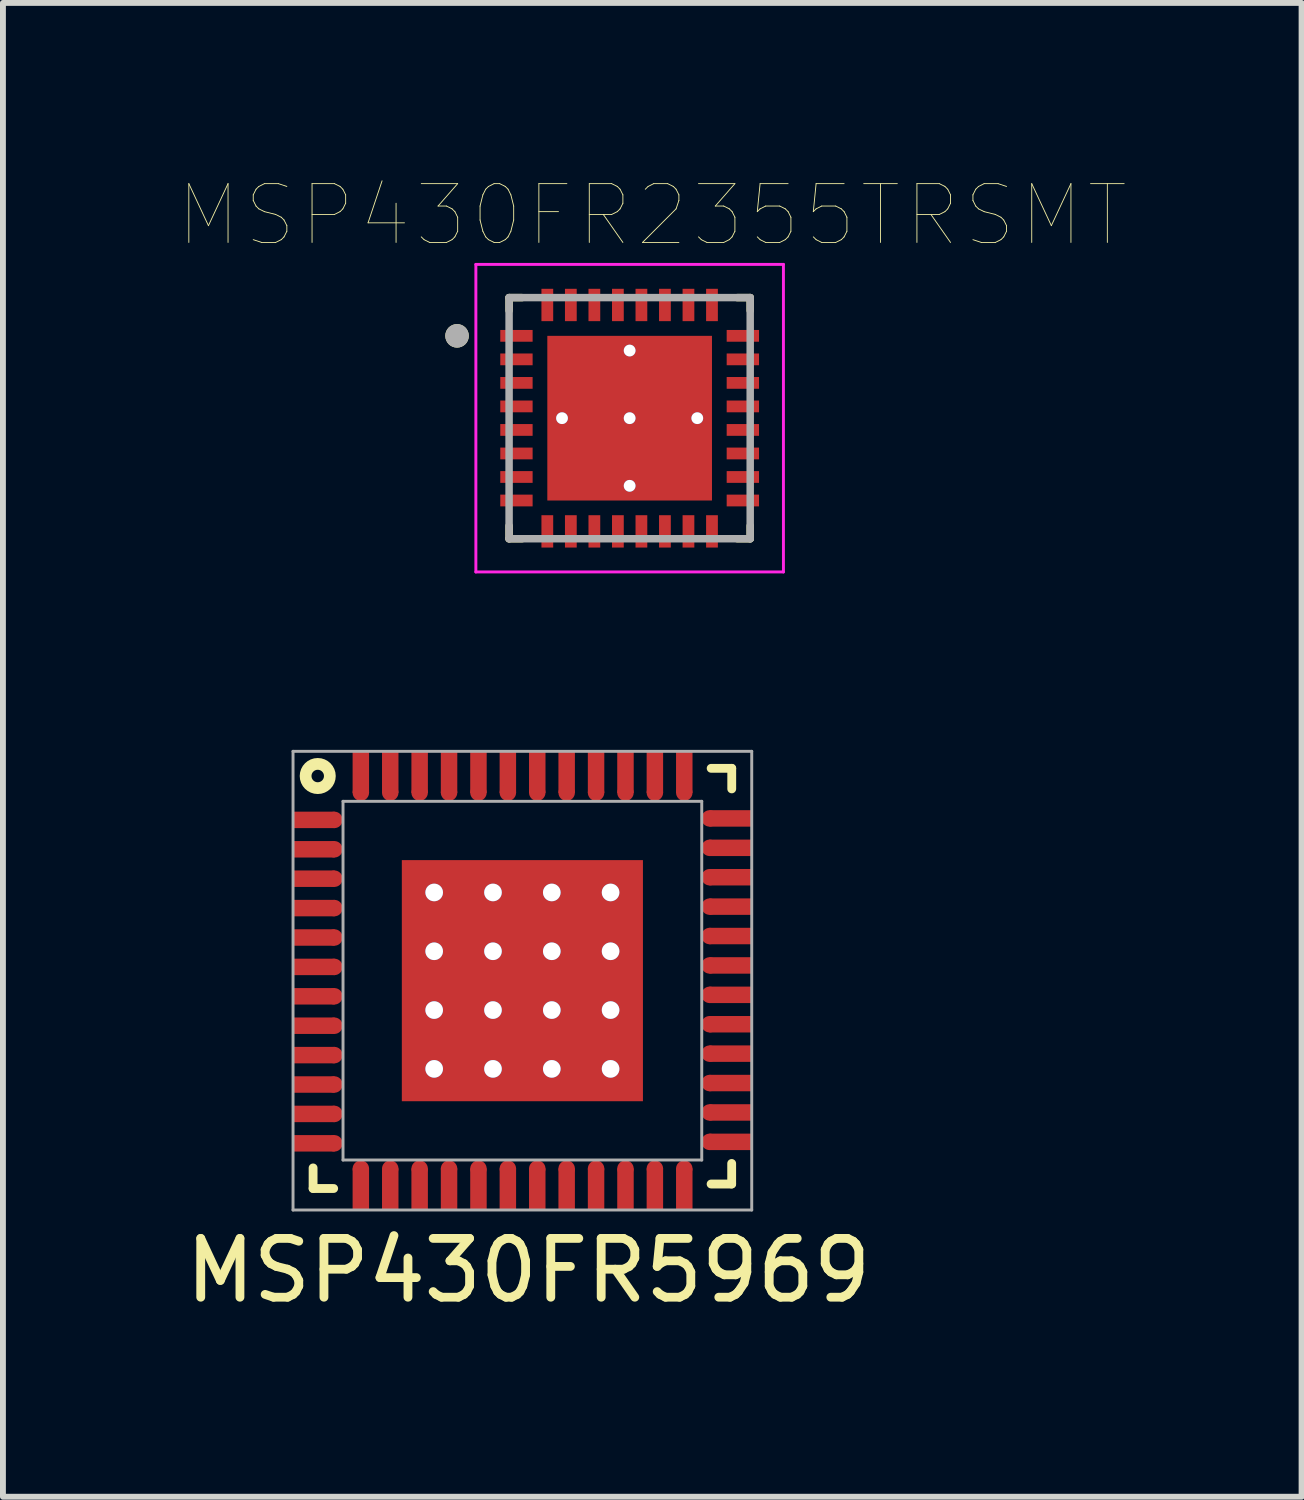
<source format=kicad_pcb>
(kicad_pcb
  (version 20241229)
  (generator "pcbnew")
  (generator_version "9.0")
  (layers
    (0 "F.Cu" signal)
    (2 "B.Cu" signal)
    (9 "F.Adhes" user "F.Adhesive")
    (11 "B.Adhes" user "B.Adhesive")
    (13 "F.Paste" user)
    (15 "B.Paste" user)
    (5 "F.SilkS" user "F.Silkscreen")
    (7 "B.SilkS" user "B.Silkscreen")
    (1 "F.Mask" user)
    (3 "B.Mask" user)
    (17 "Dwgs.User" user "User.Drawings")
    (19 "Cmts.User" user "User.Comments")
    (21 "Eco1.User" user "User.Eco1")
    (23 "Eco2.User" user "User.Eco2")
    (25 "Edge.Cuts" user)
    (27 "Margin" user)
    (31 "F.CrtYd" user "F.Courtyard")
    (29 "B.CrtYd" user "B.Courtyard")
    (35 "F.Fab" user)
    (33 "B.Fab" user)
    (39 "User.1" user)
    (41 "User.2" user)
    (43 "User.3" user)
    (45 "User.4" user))
  (footprint "MSP430FR2355TRSMT"
    (layer "F.Cu")
    (at 7.657 4.061)
    (property "Reference" "MSP430FR2355TRSMT" (at 0.385 -3.45 0) (layer "F.SilkS") (effects (font (size 1 1) (thickness 0.015))))
    (attr through_hole)
    (fp_line (start -2.05 -2.05) (end -2.05 -1.83) (stroke (width 0.127) (type solid)) (layer "F.SilkS"))
    (fp_line (start -2.05 -2.05) (end -1.83 -2.05) (stroke (width 0.127) (type solid)) (layer "F.SilkS"))
    (fp_line (start -2.05 2.05) (end -2.05 1.83) (stroke (width 0.127) (type solid)) (layer "F.SilkS"))
    (fp_line (start -2.05 2.05) (end -1.83 2.05) (stroke (width 0.127) (type solid)) (layer "F.SilkS"))
    (fp_line (start 2.05 -2.05) (end 1.83 -2.05) (stroke (width 0.127) (type solid)) (layer "F.SilkS"))
    (fp_line (start 2.05 -2.05) (end 2.05 -1.83) (stroke (width 0.127) (type solid)) (layer "F.SilkS"))
    (fp_line (start 2.05 2.05) (end 1.83 2.05) (stroke (width 0.127) (type solid)) (layer "F.SilkS"))
    (fp_line (start 2.05 2.05) (end 2.05 1.83) (stroke (width 0.127) (type solid)) (layer "F.SilkS"))
    (fp_circle (center -2.935 -1.4) (end -2.835 -1.4) (stroke (width 0.2) (type solid)) (fill no) (layer "F.SilkS"))
    (fp_poly (pts (xy -1.33 -1.33) (xy -0.1 -1.33) (xy -0.1 -0.1) (xy -1.33 -0.1)) (stroke (width 0.01) (type solid)) (fill yes) (layer "F.Paste"))
    (fp_poly (pts (xy -1.33 0.1) (xy -0.1 0.1) (xy -0.1 1.33) (xy -1.33 1.33)) (stroke (width 0.01) (type solid)) (fill yes) (layer "F.Paste"))
    (fp_poly (pts (xy 0.1 -1.33) (xy 1.33 -1.33) (xy 1.33 -0.1) (xy 0.1 -0.1)) (stroke (width 0.01) (type solid)) (fill yes) (layer "F.Paste"))
    (fp_poly (pts (xy 0.1 0.1) (xy 1.33 0.1) (xy 1.33 1.33) (xy 0.1 1.33)) (stroke (width 0.01) (type solid)) (fill yes) (layer "F.Paste"))
    (fp_line (start -2.615 -2.615) (end 2.615 -2.615) (stroke (width 0.05) (type solid)) (layer "F.CrtYd"))
    (fp_line (start -2.615 2.615) (end -2.615 -2.615) (stroke (width 0.05) (type solid)) (layer "F.CrtYd"))
    (fp_line (start -2.615 2.615) (end 2.615 2.615) (stroke (width 0.05) (type solid)) (layer "F.CrtYd"))
    (fp_line (start 2.615 2.615) (end 2.615 -2.615) (stroke (width 0.05) (type solid)) (layer "F.CrtYd"))
    (fp_line (start -2.05 2.05) (end -2.05 -2.05) (stroke (width 0.127) (type solid)) (layer "F.Fab"))
    (fp_line (start 2.05 -2.05) (end -2.05 -2.05) (stroke (width 0.127) (type solid)) (layer "F.Fab"))
    (fp_line (start 2.05 2.05) (end -2.05 2.05) (stroke (width 0.127) (type solid)) (layer "F.Fab"))
    (fp_line (start 2.05 2.05) (end 2.05 -2.05) (stroke (width 0.127) (type solid)) (layer "F.Fab"))
    (fp_circle (center -2.935 -1.4) (end -2.835 -1.4) (stroke (width 0.2) (type solid)) (fill no) (layer "F.Fab"))
    (pad "1" smd rect (at -1.925 -1.4) (size 0.55 0.2) (layers "F.Cu" "F.Mask" "F.Paste"))
    (pad "2" smd rect (at -1.925 -1) (size 0.55 0.2) (layers "F.Cu" "F.Mask" "F.Paste"))
    (pad "3" smd rect (at -1.925 -0.6) (size 0.55 0.2) (layers "F.Cu" "F.Mask" "F.Paste"))
    (pad "4" smd rect (at -1.925 -0.2) (size 0.55 0.2) (layers "F.Cu" "F.Mask" "F.Paste"))
    (pad "5" smd rect (at -1.925 0.2) (size 0.55 0.2) (layers "F.Cu" "F.Mask" "F.Paste"))
    (pad "6" smd rect (at -1.925 0.6) (size 0.55 0.2) (layers "F.Cu" "F.Mask" "F.Paste"))
    (pad "7" smd rect (at -1.925 1) (size 0.55 0.2) (layers "F.Cu" "F.Mask" "F.Paste"))
    (pad "8" smd rect (at -1.925 1.4) (size 0.55 0.2) (layers "F.Cu" "F.Mask" "F.Paste"))
    (pad "9" smd rect (at -1.4 1.925) (size 0.2 0.55) (layers "F.Cu" "F.Mask" "F.Paste"))
    (pad "10" smd rect (at -1 1.925) (size 0.2 0.55) (layers "F.Cu" "F.Mask" "F.Paste"))
    (pad "11" smd rect (at -0.6 1.925) (size 0.2 0.55) (layers "F.Cu" "F.Mask" "F.Paste"))
    (pad "12" smd rect (at -0.2 1.925) (size 0.2 0.55) (layers "F.Cu" "F.Mask" "F.Paste"))
    (pad "13" smd rect (at 0.2 1.925) (size 0.2 0.55) (layers "F.Cu" "F.Mask" "F.Paste"))
    (pad "14" smd rect (at 0.6 1.925) (size 0.2 0.55) (layers "F.Cu" "F.Mask" "F.Paste"))
    (pad "15" smd rect (at 1 1.925) (size 0.2 0.55) (layers "F.Cu" "F.Mask" "F.Paste"))
    (pad "16" smd rect (at 1.4 1.925) (size 0.2 0.55) (layers "F.Cu" "F.Mask" "F.Paste"))
    (pad "17" smd rect (at 1.925 1.4) (size 0.55 0.2) (layers "F.Cu" "F.Mask" "F.Paste"))
    (pad "18" smd rect (at 1.925 1) (size 0.55 0.2) (layers "F.Cu" "F.Mask" "F.Paste"))
    (pad "19" smd rect (at 1.925 0.6) (size 0.55 0.2) (layers "F.Cu" "F.Mask" "F.Paste"))
    (pad "20" smd rect (at 1.925 0.2) (size 0.55 0.2) (layers "F.Cu" "F.Mask" "F.Paste"))
    (pad "21" smd rect (at 1.925 -0.2) (size 0.55 0.2) (layers "F.Cu" "F.Mask" "F.Paste"))
    (pad "22" smd rect (at 1.925 -0.6) (size 0.55 0.2) (layers "F.Cu" "F.Mask" "F.Paste"))
    (pad "23" smd rect (at 1.925 -1) (size 0.55 0.2) (layers "F.Cu" "F.Mask" "F.Paste"))
    (pad "24" smd rect (at 1.925 -1.4) (size 0.55 0.2) (layers "F.Cu" "F.Mask" "F.Paste"))
    (pad "25" smd rect (at 1.4 -1.925) (size 0.2 0.55) (layers "F.Cu" "F.Mask" "F.Paste"))
    (pad "26" smd rect (at 1 -1.925) (size 0.2 0.55) (layers "F.Cu" "F.Mask" "F.Paste"))
    (pad "27" smd rect (at 0.6 -1.925) (size 0.2 0.55) (layers "F.Cu" "F.Mask" "F.Paste"))
    (pad "28" smd rect (at 0.2 -1.925) (size 0.2 0.55) (layers "F.Cu" "F.Mask" "F.Paste"))
    (pad "29" smd rect (at -0.2 -1.925) (size 0.2 0.55) (layers "F.Cu" "F.Mask" "F.Paste"))
    (pad "30" smd rect (at -0.6 -1.925) (size 0.2 0.55) (layers "F.Cu" "F.Mask" "F.Paste"))
    (pad "31" smd rect (at -1 -1.925) (size 0.2 0.55) (layers "F.Cu" "F.Mask" "F.Paste"))
    (pad "32" smd rect (at -1.4 -1.925) (size 0.2 0.55) (layers "F.Cu" "F.Mask" "F.Paste"))
    (pad "33" thru_hole circle (at -1.15 0) (size 0.2 0.2) (drill 0.2) (layers "*.Cu" "*.Mask"))
    (pad "33" thru_hole circle (at 0 -1.15) (size 0.2 0.2) (drill 0.2) (layers "*.Cu" "*.Mask"))
    (pad "33" thru_hole circle (at 0 0) (size 0.2 0.2) (drill 0.2) (layers "*.Cu" "*.Mask"))
    (pad "33" smd rect (at 0 0) (size 2.8 2.8) (layers "F.Cu" "F.Mask"))
    (pad "33" thru_hole circle (at 0 1.15) (size 0.2 0.2) (drill 0.2) (layers "*.Cu" "*.Mask"))
    (pad "33" thru_hole circle (at 1.15 0) (size 0.2 0.2) (drill 0.2) (layers "*.Cu" "*.Mask")))
  (footprint "MSP430FR5969"
    (layer "F.Cu")
    (at 5.833 13.626)
    (property "Reference" "MSP430FR5969" (at 0.102 4.928 0) (layer "F.SilkS") (effects (font (size 1 1) (thickness 0.15))))
    (attr through_hole)
    (fp_line (start -3.559 3.184) (end -3.559 3.534) (stroke (width 0.15) (type solid)) (layer "F.SilkS"))
    (fp_line (start -3.209 3.534) (end -3.559 3.534) (stroke (width 0.15) (type solid)) (layer "F.SilkS"))
    (fp_line (start 3.559 3.108) (end 3.559 3.458) (stroke (width 0.15) (type solid)) (layer "F.SilkS"))
    (fp_line (start 3.559 3.458) (end 3.209 3.458) (stroke (width 0.15) (type solid)) (layer "F.SilkS"))
    (fp_line (start 3.56 -3.611) (end 3.21 -3.611) (stroke (width 0.15) (type solid)) (layer "F.SilkS"))
    (fp_line (start 3.56 -3.611) (end 3.56 -3.261) (stroke (width 0.15) (type solid)) (layer "F.SilkS"))
    (fp_circle (center -3.48 -3.48) (end -3.53 -3.28) (stroke (width 0.2) (type solid)) (fill no) (layer "F.SilkS"))
    (fp_line (start -3.9 -3.9) (end 3.9 -3.9) (stroke (width 0.05) (type solid)) (layer "F.Fab"))
    (fp_line (start -3.9 3.9) (end -3.9 -3.9) (stroke (width 0.05) (type solid)) (layer "F.Fab"))
    (fp_line (start -3.05 -3.05) (end 3.05 -3.05) (stroke (width 0.05) (type solid)) (layer "F.Fab"))
    (fp_line (start -3.05 3.05) (end -3.05 -3.05) (stroke (width 0.05) (type solid)) (layer "F.Fab"))
    (fp_line (start 3.05 -3.05) (end 3.05 3.05) (stroke (width 0.05) (type solid)) (layer "F.Fab"))
    (fp_line (start 3.05 3.05) (end -3.05 3.05) (stroke (width 0.05) (type solid)) (layer "F.Fab"))
    (fp_line (start 3.9 -3.9) (end 3.9 3.9) (stroke (width 0.05) (type solid)) (layer "F.Fab"))
    (fp_line (start 3.9 3.9) (end -3.9 3.9) (stroke (width 0.05) (type solid)) (layer "F.Fab"))
    (pad "" smd rect (at -1.45 -1.45 90) (size 1.15 1.15) (layers "F.Paste"))
    (pad "" smd rect (at -1.45 0 90) (size 1.15 1.15) (layers "F.Paste"))
    (pad "" smd rect (at -1.45 1.45 90) (size 1.15 1.15) (layers "F.Paste"))
    (pad "" smd rect (at 0 -1.45 90) (size 1.15 1.15) (layers "F.Paste"))
    (pad "" smd rect (at 0 0 90) (size 1.15 1.15) (layers "F.Paste"))
    (pad "" smd rect (at 0 1.45 90) (size 1.15 1.15) (layers "F.Paste"))
    (pad "" smd rect (at 1.45 -1.45 90) (size 1.15 1.15) (layers "F.Paste"))
    (pad "" smd rect (at 1.45 0 90) (size 1.15 1.15) (layers "F.Paste"))
    (pad "" smd rect (at 1.45 1.45 90) (size 1.15 1.15) (layers "F.Paste"))
    (pad "1" smd rect (at -3.547 -2.734) (size 0.71 0.28) (layers "F.Cu" "F.Mask" "F.Paste"))
    (pad "1" smd circle (at -3.197 -2.734) (size 0.28 0.28) (layers "F.Cu" "F.Mask" "F.Paste"))
    (pad "2" smd rect (at -3.547 -2.234) (size 0.71 0.28) (layers "F.Cu" "F.Mask" "F.Paste"))
    (pad "2" smd circle (at -3.197 -2.234) (size 0.28 0.28) (layers "F.Cu" "F.Mask" "F.Paste"))
    (pad "3" smd rect (at -3.547 -1.734) (size 0.71 0.28) (layers "F.Cu" "F.Mask" "F.Paste"))
    (pad "3" smd circle (at -3.197 -1.734) (size 0.28 0.28) (layers "F.Cu" "F.Mask" "F.Paste"))
    (pad "4" smd rect (at -3.547 -1.234) (size 0.71 0.28) (layers "F.Cu" "F.Mask" "F.Paste"))
    (pad "4" smd circle (at -3.197 -1.234) (size 0.28 0.28) (layers "F.Cu" "F.Mask" "F.Paste"))
    (pad "5" smd rect (at -3.547 -0.734) (size 0.71 0.28) (layers "F.Cu" "F.Mask" "F.Paste"))
    (pad "5" smd circle (at -3.197 -0.734) (size 0.28 0.28) (layers "F.Cu" "F.Mask" "F.Paste"))
    (pad "6" smd rect (at -3.547 -0.234) (size 0.71 0.28) (layers "F.Cu" "F.Mask" "F.Paste"))
    (pad "6" smd circle (at -3.197 -0.234) (size 0.28 0.28) (layers "F.Cu" "F.Mask" "F.Paste"))
    (pad "7" smd rect (at -3.547 0.266) (size 0.71 0.28) (layers "F.Cu" "F.Mask" "F.Paste"))
    (pad "7" smd circle (at -3.197 0.266) (size 0.28 0.28) (layers "F.Cu" "F.Mask" "F.Paste"))
    (pad "8" smd rect (at -3.547 0.766) (size 0.71 0.28) (layers "F.Cu" "F.Mask" "F.Paste"))
    (pad "8" smd circle (at -3.197 0.766) (size 0.28 0.28) (layers "F.Cu" "F.Mask" "F.Paste"))
    (pad "9" smd rect (at -3.547 1.266) (size 0.71 0.28) (layers "F.Cu" "F.Mask" "F.Paste"))
    (pad "9" smd circle (at -3.197 1.266) (size 0.28 0.28) (layers "F.Cu" "F.Mask" "F.Paste"))
    (pad "10" smd rect (at -3.547 1.766) (size 0.71 0.28) (layers "F.Cu" "F.Mask" "F.Paste"))
    (pad "10" smd circle (at -3.197 1.766) (size 0.28 0.28) (layers "F.Cu" "F.Mask" "F.Paste"))
    (pad "11" smd rect (at -3.547 2.266) (size 0.71 0.28) (layers "F.Cu" "F.Mask" "F.Paste"))
    (pad "11" smd circle (at -3.197 2.266) (size 0.28 0.28) (layers "F.Cu" "F.Mask" "F.Paste"))
    (pad "12" smd rect (at -3.547 2.766) (size 0.71 0.28) (layers "F.Cu" "F.Mask" "F.Paste"))
    (pad "12" smd circle (at -3.197 2.766) (size 0.28 0.28) (layers "F.Cu" "F.Mask" "F.Paste"))
    (pad "13" smd circle (at -2.747 3.197) (size 0.28 0.28) (layers "F.Cu" "F.Mask" "F.Paste"))
    (pad "13" smd rect (at -2.747 3.547) (size 0.28 0.71) (layers "F.Cu" "F.Mask" "F.Paste"))
    (pad "14" smd circle (at -2.247 3.197) (size 0.28 0.28) (layers "F.Cu" "F.Mask" "F.Paste"))
    (pad "14" smd rect (at -2.247 3.547) (size 0.28 0.71) (layers "F.Cu" "F.Mask" "F.Paste"))
    (pad "15" smd circle (at -1.747 3.197) (size 0.28 0.28) (layers "F.Cu" "F.Mask" "F.Paste"))
    (pad "15" smd rect (at -1.747 3.547) (size 0.28 0.71) (layers "F.Cu" "F.Mask" "F.Paste"))
    (pad "16" smd circle (at -1.247 3.197) (size 0.28 0.28) (layers "F.Cu" "F.Mask" "F.Paste"))
    (pad "16" smd rect (at -1.247 3.547) (size 0.28 0.71) (layers "F.Cu" "F.Mask" "F.Paste"))
    (pad "17" smd circle (at -0.747 3.197) (size 0.28 0.28) (layers "F.Cu" "F.Mask" "F.Paste"))
    (pad "17" smd rect (at -0.747 3.547) (size 0.28 0.71) (layers "F.Cu" "F.Mask" "F.Paste"))
    (pad "18" smd circle (at -0.247 3.197) (size 0.28 0.28) (layers "F.Cu" "F.Mask" "F.Paste"))
    (pad "18" smd rect (at -0.247 3.547) (size 0.28 0.71) (layers "F.Cu" "F.Mask" "F.Paste"))
    (pad "19" smd circle (at 0.253 3.197) (size 0.28 0.28) (layers "F.Cu" "F.Mask" "F.Paste"))
    (pad "19" smd rect (at 0.253 3.547) (size 0.28 0.71) (layers "F.Cu" "F.Mask" "F.Paste"))
    (pad "20" smd circle (at 0.753 3.197) (size 0.28 0.28) (layers "F.Cu" "F.Mask" "F.Paste"))
    (pad "20" smd rect (at 0.753 3.547) (size 0.28 0.71) (layers "F.Cu" "F.Mask" "F.Paste"))
    (pad "21" smd circle (at 1.253 3.197) (size 0.28 0.28) (layers "F.Cu" "F.Mask" "F.Paste"))
    (pad "21" smd rect (at 1.253 3.547) (size 0.28 0.71) (layers "F.Cu" "F.Mask" "F.Paste"))
    (pad "22" smd circle (at 1.753 3.197) (size 0.28 0.28) (layers "F.Cu" "F.Mask" "F.Paste"))
    (pad "22" smd rect (at 1.753 3.547) (size 0.28 0.71) (layers "F.Cu" "F.Mask" "F.Paste"))
    (pad "23" smd circle (at 2.253 3.197) (size 0.28 0.28) (layers "F.Cu" "F.Mask" "F.Paste"))
    (pad "23" smd rect (at 2.253 3.547) (size 0.28 0.71) (layers "F.Cu" "F.Mask" "F.Paste"))
    (pad "24" smd circle (at 2.753 3.197) (size 0.28 0.28) (layers "F.Cu" "F.Mask" "F.Paste"))
    (pad "24" smd rect (at 2.753 3.547) (size 0.28 0.71) (layers "F.Cu" "F.Mask" "F.Paste"))
    (pad "25" smd circle (at 3.184 2.741) (size 0.28 0.28) (layers "F.Cu" "F.Mask" "F.Paste"))
    (pad "25" smd rect (at 3.534 2.741) (size 0.71 0.28) (layers "F.Cu" "F.Mask" "F.Paste"))
    (pad "26" smd circle (at 3.184 2.241) (size 0.28 0.28) (layers "F.Cu" "F.Mask" "F.Paste"))
    (pad "26" smd rect (at 3.534 2.241) (size 0.71 0.28) (layers "F.Cu" "F.Mask" "F.Paste"))
    (pad "27" smd circle (at 3.184 1.741) (size 0.28 0.28) (layers "F.Cu" "F.Mask" "F.Paste"))
    (pad "27" smd rect (at 3.534 1.741) (size 0.71 0.28) (layers "F.Cu" "F.Mask" "F.Paste"))
    (pad "28" smd circle (at 3.184 1.241) (size 0.28 0.28) (layers "F.Cu" "F.Mask" "F.Paste"))
    (pad "28" smd rect (at 3.534 1.241) (size 0.71 0.28) (layers "F.Cu" "F.Mask" "F.Paste"))
    (pad "29" smd circle (at 3.184 0.741) (size 0.28 0.28) (layers "F.Cu" "F.Mask" "F.Paste"))
    (pad "29" smd rect (at 3.534 0.741) (size 0.71 0.28) (layers "F.Cu" "F.Mask" "F.Paste"))
    (pad "30" smd circle (at 3.184 0.241) (size 0.28 0.28) (layers "F.Cu" "F.Mask" "F.Paste"))
    (pad "30" smd rect (at 3.534 0.241) (size 0.71 0.28) (layers "F.Cu" "F.Mask" "F.Paste"))
    (pad "31" smd circle (at 3.184 -0.259) (size 0.28 0.28) (layers "F.Cu" "F.Mask" "F.Paste"))
    (pad "31" smd rect (at 3.534 -0.259) (size 0.71 0.28) (layers "F.Cu" "F.Mask" "F.Paste"))
    (pad "32" smd circle (at 3.184 -0.759) (size 0.28 0.28) (layers "F.Cu" "F.Mask" "F.Paste"))
    (pad "32" smd rect (at 3.534 -0.759) (size 0.71 0.28) (layers "F.Cu" "F.Mask" "F.Paste"))
    (pad "33" smd circle (at 3.184 -1.259) (size 0.28 0.28) (layers "F.Cu" "F.Mask" "F.Paste"))
    (pad "33" smd rect (at 3.534 -1.259) (size 0.71 0.28) (layers "F.Cu" "F.Mask" "F.Paste"))
    (pad "34" smd circle (at 3.184 -1.759) (size 0.28 0.28) (layers "F.Cu" "F.Mask" "F.Paste"))
    (pad "34" smd rect (at 3.534 -1.759) (size 0.71 0.28) (layers "F.Cu" "F.Mask" "F.Paste"))
    (pad "35" smd circle (at 3.184 -2.259) (size 0.28 0.28) (layers "F.Cu" "F.Mask" "F.Paste"))
    (pad "35" smd rect (at 3.534 -2.259) (size 0.71 0.28) (layers "F.Cu" "F.Mask" "F.Paste"))
    (pad "36" smd circle (at 3.184 -2.759) (size 0.28 0.28) (layers "F.Cu" "F.Mask" "F.Paste"))
    (pad "36" smd rect (at 3.534 -2.759) (size 0.71 0.28) (layers "F.Cu" "F.Mask" "F.Paste"))
    (pad "37" smd rect (at 2.753 -3.547) (size 0.28 0.71) (layers "F.Cu" "F.Mask" "F.Paste"))
    (pad "37" smd circle (at 2.753 -3.197) (size 0.28 0.28) (layers "F.Cu" "F.Mask" "F.Paste"))
    (pad "38" smd rect (at 2.253 -3.547) (size 0.28 0.71) (layers "F.Cu" "F.Mask" "F.Paste"))
    (pad "38" smd circle (at 2.253 -3.197) (size 0.28 0.28) (layers "F.Cu" "F.Mask" "F.Paste"))
    (pad "39" smd rect (at 1.753 -3.547) (size 0.28 0.71) (layers "F.Cu" "F.Mask" "F.Paste"))
    (pad "39" smd circle (at 1.753 -3.197) (size 0.28 0.28) (layers "F.Cu" "F.Mask" "F.Paste"))
    (pad "40" smd rect (at 1.253 -3.547) (size 0.28 0.71) (layers "F.Cu" "F.Mask" "F.Paste"))
    (pad "40" smd circle (at 1.253 -3.197) (size 0.28 0.28) (layers "F.Cu" "F.Mask" "F.Paste"))
    (pad "41" smd rect (at 0.753 -3.547) (size 0.28 0.71) (layers "F.Cu" "F.Mask" "F.Paste"))
    (pad "41" smd circle (at 0.753 -3.197) (size 0.28 0.28) (layers "F.Cu" "F.Mask" "F.Paste"))
    (pad "42" smd rect (at 0.253 -3.547) (size 0.28 0.71) (layers "F.Cu" "F.Mask" "F.Paste"))
    (pad "42" smd circle (at 0.253 -3.197) (size 0.28 0.28) (layers "F.Cu" "F.Mask" "F.Paste"))
    (pad "43" smd rect (at -0.247 -3.547) (size 0.28 0.71) (layers "F.Cu" "F.Mask" "F.Paste"))
    (pad "43" smd circle (at -0.247 -3.197) (size 0.28 0.28) (layers "F.Cu" "F.Mask" "F.Paste"))
    (pad "44" smd rect (at -0.747 -3.547) (size 0.28 0.71) (layers "F.Cu" "F.Mask" "F.Paste"))
    (pad "44" smd circle (at -0.747 -3.197) (size 0.28 0.28) (layers "F.Cu" "F.Mask" "F.Paste"))
    (pad "45" smd rect (at -1.247 -3.547) (size 0.28 0.71) (layers "F.Cu" "F.Mask" "F.Paste"))
    (pad "45" smd circle (at -1.247 -3.197) (size 0.28 0.28) (layers "F.Cu" "F.Mask" "F.Paste"))
    (pad "46" smd rect (at -1.747 -3.547) (size 0.28 0.71) (layers "F.Cu" "F.Mask" "F.Paste"))
    (pad "46" smd circle (at -1.747 -3.197) (size 0.28 0.28) (layers "F.Cu" "F.Mask" "F.Paste"))
    (pad "47" smd rect (at -2.247 -3.547) (size 0.28 0.71) (layers "F.Cu" "F.Mask" "F.Paste"))
    (pad "47" smd circle (at -2.247 -3.197) (size 0.28 0.28) (layers "F.Cu" "F.Mask" "F.Paste"))
    (pad "48" smd rect (at -2.747 -3.547) (size 0.28 0.71) (layers "F.Cu" "F.Mask" "F.Paste"))
    (pad "48" smd circle (at -2.747 -3.197) (size 0.28 0.28) (layers "F.Cu" "F.Mask" "F.Paste"))
    (pad "49" thru_hole circle (at -1.5 -1.5) (size 0.3 0.3) (drill 0.3) (layers "*.Cu" "*.Mask"))
    (pad "49" thru_hole circle (at -1.5 -0.5) (size 0.3 0.3) (drill 0.3) (layers "*.Cu" "*.Mask"))
    (pad "49" thru_hole circle (at -1.5 0.5) (size 0.3 0.3) (drill 0.3) (layers "*.Cu" "*.Mask"))
    (pad "49" thru_hole circle (at -1.5 1.5) (size 0.3 0.3) (drill 0.3) (layers "*.Cu" "*.Mask"))
    (pad "49" thru_hole circle (at -0.5 -1.5) (size 0.3 0.3) (drill 0.3) (layers "*.Cu" "*.Mask"))
    (pad "49" thru_hole circle (at -0.5 -0.5) (size 0.3 0.3) (drill 0.3) (layers "*.Cu" "*.Mask"))
    (pad "49" thru_hole circle (at -0.5 0.5) (size 0.3 0.3) (drill 0.3) (layers "*.Cu" "*.Mask"))
    (pad "49" thru_hole circle (at -0.5 1.5) (size 0.3 0.3) (drill 0.3) (layers "*.Cu" "*.Mask"))
    (pad "49" smd rect (at 0 0 90) (size 4.1 4.1) (layers "F.Cu" "F.Mask"))
    (pad "49" thru_hole circle (at 0.5 -1.5) (size 0.3 0.3) (drill 0.3) (layers "*.Cu" "*.Mask"))
    (pad "49" thru_hole circle (at 0.5 -0.5) (size 0.3 0.3) (drill 0.3) (layers "*.Cu" "*.Mask"))
    (pad "49" thru_hole circle (at 0.5 0.5) (size 0.3 0.3) (drill 0.3) (layers "*.Cu" "*.Mask"))
    (pad "49" thru_hole circle (at 0.5 1.5) (size 0.3 0.3) (drill 0.3) (layers "*.Cu" "*.Mask"))
    (pad "49" thru_hole circle (at 1.5 -1.5) (size 0.3 0.3) (drill 0.3) (layers "*.Cu" "*.Mask"))
    (pad "49" thru_hole circle (at 1.5 -0.5) (size 0.3 0.3) (drill 0.3) (layers "*.Cu" "*.Mask"))
    (pad "49" thru_hole circle (at 1.5 0.5) (size 0.3 0.3) (drill 0.3) (layers "*.Cu" "*.Mask"))
    (pad "49" thru_hole circle (at 1.5 1.5) (size 0.3 0.3) (drill 0.3) (layers "*.Cu" "*.Mask")))
  (gr_rect
    (start -3 -3)
    (end 19.083 22.402)
    (stroke (width 0.1) (type default))
    (fill no)
    (layer "Edge.Cuts")))
</source>
